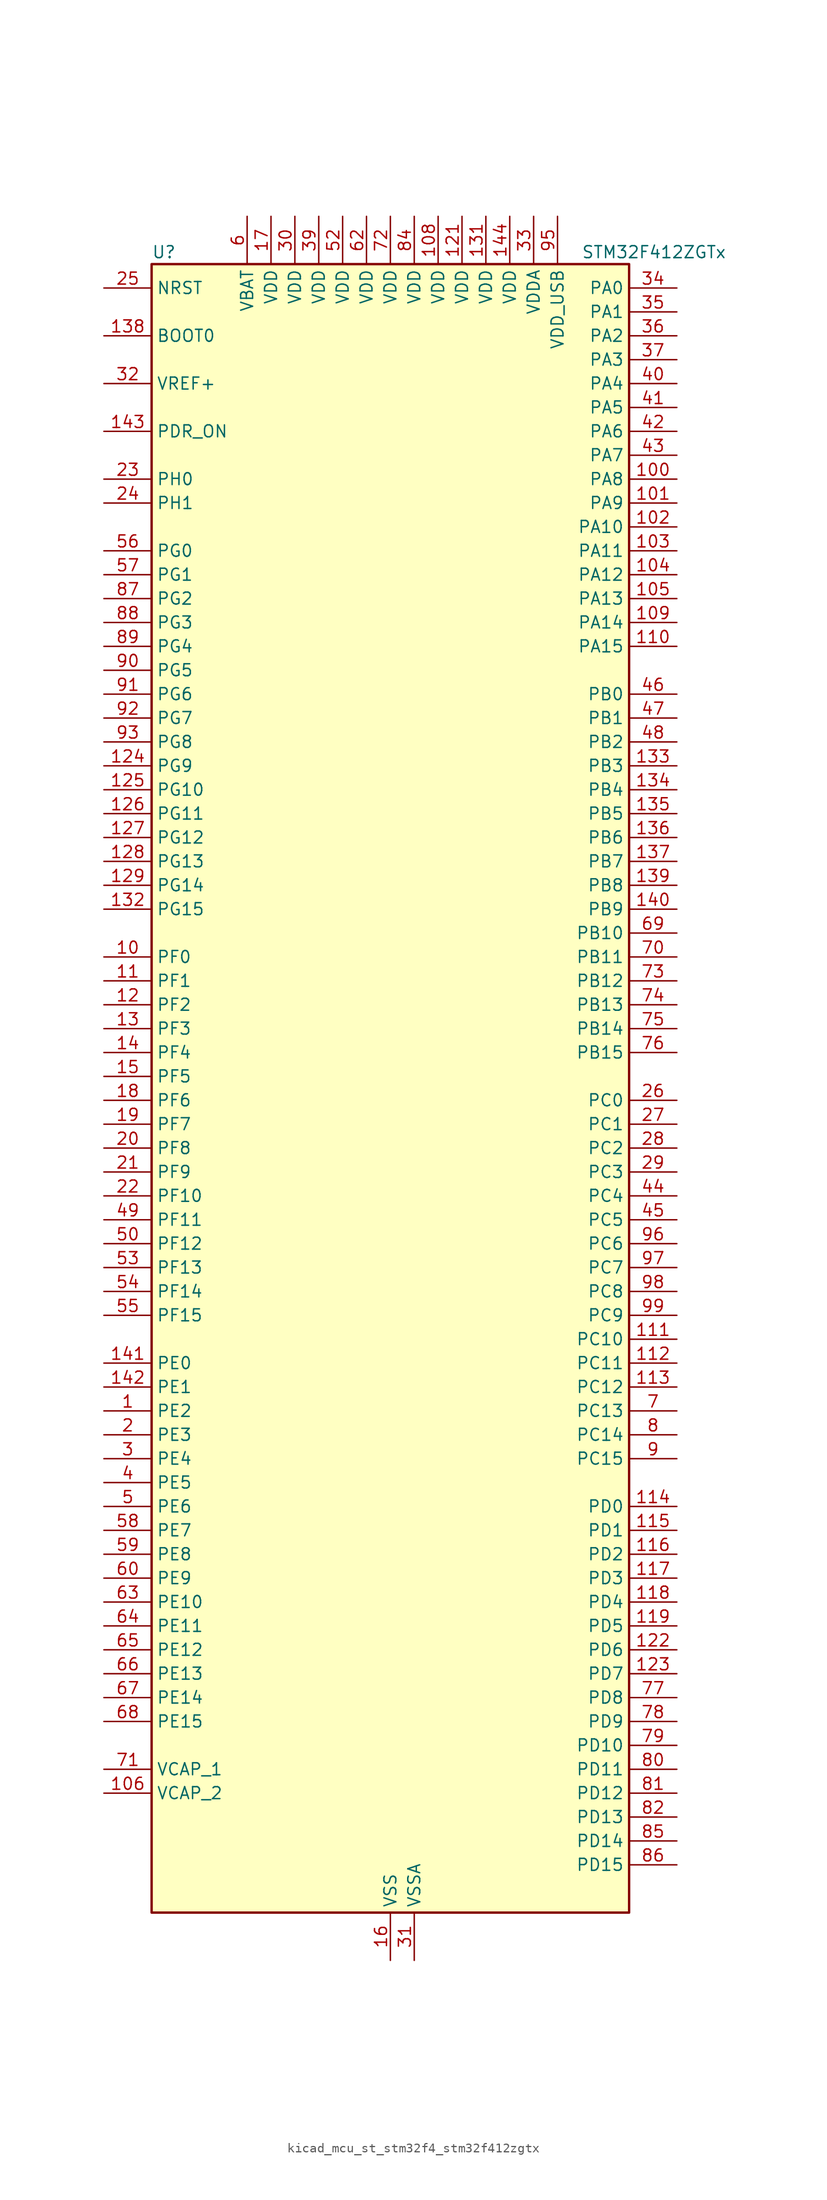
<source format=kicad_sym>
(kicad_symbol_lib
  (version 20220914)
  (generator kicad_symbol_editor)
  (symbol "kicad_mcu_st_stm32f4_stm32f412zgtx"
    (property "Reference" "U"
      (at -25.4 90.17 0)
      (effects (font (size 1.27 1.27)) (justify left)))
    (property "Value" "STM32F412ZGTx"
      (at 20.32 90.17 0)
      (effects (font (size 1.27 1.27)) (justify left)))
    (property "ki_locked" ""
      (at 0 0 0)
      (effects (font (size 1.27 1.27))))
    (symbol "kicad_mcu_st_stm32f4_stm32f412zgtx_0_1"
      (rectangle (start -25.4 -86.36) (end 25.4 88.9) (stroke (width 0.254) (type default)) (fill (type background))))
    (symbol "kicad_mcu_st_stm32f4_stm32f412zgtx_1_1"
      (pin bidirectional line (at -30.48 -33.02 0) (length 5.08) (name "PE2" (effects (font (size 1.27 1.27)))) (number "1" (effects (font (size 1.27 1.27)))) (alternate "FSMC_A23" bidirectional line) (alternate "I2S4_CK" bidirectional line) (alternate "I2S5_CK" bidirectional line) (alternate "QUADSPI_BK1_IO2" bidirectional line) (alternate "SPI4_SCK" bidirectional line) (alternate "SPI5_SCK" bidirectional line) (alternate "SYS_TRACECLK" bidirectional line))
      (pin bidirectional line (at -30.48 15.24 0) (length 5.08) (name "PF0" (effects (font (size 1.27 1.27)))) (number "10" (effects (font (size 1.27 1.27)))) (alternate "FSMC_A0" bidirectional line) (alternate "I2C2_SDA" bidirectional line))
      (pin bidirectional line (at 30.48 66.04 180) (length 5.08) (name "PA8" (effects (font (size 1.27 1.27)))) (number "100" (effects (font (size 1.27 1.27)))) (alternate "I2C3_SCL" bidirectional line) (alternate "RCC_MCO_1" bidirectional line) (alternate "SDIO_D1" bidirectional line) (alternate "TIM1_CH1" bidirectional line) (alternate "USART1_CK" bidirectional line) (alternate "USB_OTG_FS_SOF" bidirectional line))
      (pin bidirectional line (at 30.48 63.5 180) (length 5.08) (name "PA9" (effects (font (size 1.27 1.27)))) (number "101" (effects (font (size 1.27 1.27)))) (alternate "I2C3_SMBA" bidirectional line) (alternate "SDIO_D2" bidirectional line) (alternate "TIM1_CH2" bidirectional line) (alternate "USART1_TX" bidirectional line) (alternate "USB_OTG_FS_VBUS" bidirectional line))
      (pin bidirectional line (at 30.48 60.96 180) (length 5.08) (name "PA10" (effects (font (size 1.27 1.27)))) (number "102" (effects (font (size 1.27 1.27)))) (alternate "I2S5_SD" bidirectional line) (alternate "SPI5_MOSI" bidirectional line) (alternate "TIM1_CH3" bidirectional line) (alternate "USART1_RX" bidirectional line) (alternate "USB_OTG_FS_ID" bidirectional line))
      (pin bidirectional line (at 30.48 58.42 180) (length 5.08) (name "PA11" (effects (font (size 1.27 1.27)))) (number "103" (effects (font (size 1.27 1.27)))) (alternate "ADC1_EXTI11" bidirectional line) (alternate "CAN1_RX" bidirectional line) (alternate "SPI4_MISO" bidirectional line) (alternate "TIM1_CH4" bidirectional line) (alternate "USART1_CTS" bidirectional line) (alternate "USART6_TX" bidirectional line) (alternate "USB_OTG_FS_DM" bidirectional line))
      (pin bidirectional line (at 30.48 55.88 180) (length 5.08) (name "PA12" (effects (font (size 1.27 1.27)))) (number "104" (effects (font (size 1.27 1.27)))) (alternate "CAN1_TX" bidirectional line) (alternate "SPI5_MISO" bidirectional line) (alternate "TIM1_ETR" bidirectional line) (alternate "USART1_RTS" bidirectional line) (alternate "USART6_RX" bidirectional line) (alternate "USB_OTG_FS_DP" bidirectional line))
      (pin bidirectional line (at 30.48 53.34 180) (length 5.08) (name "PA13" (effects (font (size 1.27 1.27)))) (number "105" (effects (font (size 1.27 1.27)))) (alternate "SYS_JTMS-SWDIO" bidirectional line))
      (pin power_out line (at -30.48 -73.66 0) (length 5.08) (name "VCAP_2" (effects (font (size 1.27 1.27)))) (number "106" (effects (font (size 1.27 1.27)))))
      (pin passive line (at 0 -91.44 90) (length 5.08) hide (name "VSS" (effects (font (size 1.27 1.27)))) (number "107" (effects (font (size 1.27 1.27)))))
      (pin power_in line (at 5.08 93.98 270) (length 5.08) (name "VDD" (effects (font (size 1.27 1.27)))) (number "108" (effects (font (size 1.27 1.27)))))
      (pin bidirectional line (at 30.48 50.8 180) (length 5.08) (name "PA14" (effects (font (size 1.27 1.27)))) (number "109" (effects (font (size 1.27 1.27)))) (alternate "SYS_JTCK-SWCLK" bidirectional line))
      (pin bidirectional line (at -30.48 12.7 0) (length 5.08) (name "PF1" (effects (font (size 1.27 1.27)))) (number "11" (effects (font (size 1.27 1.27)))) (alternate "FSMC_A1" bidirectional line) (alternate "I2C2_SCL" bidirectional line))
      (pin bidirectional line (at 30.48 48.26 180) (length 5.08) (name "PA15" (effects (font (size 1.27 1.27)))) (number "110" (effects (font (size 1.27 1.27)))) (alternate "ADC1_EXTI15" bidirectional line) (alternate "I2S1_WS" bidirectional line) (alternate "I2S3_WS" bidirectional line) (alternate "SPI1_NSS" bidirectional line) (alternate "SPI3_NSS" bidirectional line) (alternate "SYS_JTDI" bidirectional line) (alternate "TIM2_CH1" bidirectional line) (alternate "TIM2_ETR" bidirectional line) (alternate "USART1_TX" bidirectional line))
      (pin bidirectional line (at 30.48 -25.4 180) (length 5.08) (name "PC10" (effects (font (size 1.27 1.27)))) (number "111" (effects (font (size 1.27 1.27)))) (alternate "I2S3_CK" bidirectional line) (alternate "QUADSPI_BK1_IO1" bidirectional line) (alternate "SDIO_D2" bidirectional line) (alternate "SPI3_SCK" bidirectional line) (alternate "USART3_TX" bidirectional line))
      (pin bidirectional line (at 30.48 -27.94 180) (length 5.08) (name "PC11" (effects (font (size 1.27 1.27)))) (number "112" (effects (font (size 1.27 1.27)))) (alternate "ADC1_EXTI11" bidirectional line) (alternate "FSMC_D2" bidirectional line) (alternate "FSMC_DA2" bidirectional line) (alternate "I2S3_ext_SD" bidirectional line) (alternate "QUADSPI_BK2_NCS" bidirectional line) (alternate "SDIO_D3" bidirectional line) (alternate "SPI3_MISO" bidirectional line) (alternate "USART3_RX" bidirectional line))
      (pin bidirectional line (at 30.48 -30.48 180) (length 5.08) (name "PC12" (effects (font (size 1.27 1.27)))) (number "113" (effects (font (size 1.27 1.27)))) (alternate "FSMC_D3" bidirectional line) (alternate "FSMC_DA3" bidirectional line) (alternate "I2S3_SD" bidirectional line) (alternate "SDIO_CK" bidirectional line) (alternate "SPI3_MOSI" bidirectional line) (alternate "USART3_CK" bidirectional line))
      (pin bidirectional line (at 30.48 -43.18 180) (length 5.08) (name "PD0" (effects (font (size 1.27 1.27)))) (number "114" (effects (font (size 1.27 1.27)))) (alternate "CAN1_RX" bidirectional line) (alternate "FSMC_D2" bidirectional line) (alternate "FSMC_DA2" bidirectional line))
      (pin bidirectional line (at 30.48 -45.72 180) (length 5.08) (name "PD1" (effects (font (size 1.27 1.27)))) (number "115" (effects (font (size 1.27 1.27)))) (alternate "CAN1_TX" bidirectional line) (alternate "FSMC_D3" bidirectional line) (alternate "FSMC_DA3" bidirectional line))
      (pin bidirectional line (at 30.48 -48.26 180) (length 5.08) (name "PD2" (effects (font (size 1.27 1.27)))) (number "116" (effects (font (size 1.27 1.27)))) (alternate "FSMC_NWE" bidirectional line) (alternate "SDIO_CMD" bidirectional line) (alternate "TIM3_ETR" bidirectional line))
      (pin bidirectional line (at 30.48 -50.8 180) (length 5.08) (name "PD3" (effects (font (size 1.27 1.27)))) (number "117" (effects (font (size 1.27 1.27)))) (alternate "DFSDM1_DATIN0" bidirectional line) (alternate "FSMC_CLK" bidirectional line) (alternate "I2S2_CK" bidirectional line) (alternate "QUADSPI_CLK" bidirectional line) (alternate "SPI2_SCK" bidirectional line) (alternate "SYS_TRACED1" bidirectional line) (alternate "USART2_CTS" bidirectional line))
      (pin bidirectional line (at 30.48 -53.34 180) (length 5.08) (name "PD4" (effects (font (size 1.27 1.27)))) (number "118" (effects (font (size 1.27 1.27)))) (alternate "DFSDM1_CKIN0" bidirectional line) (alternate "FSMC_NOE" bidirectional line) (alternate "USART2_RTS" bidirectional line))
      (pin bidirectional line (at 30.48 -55.88 180) (length 5.08) (name "PD5" (effects (font (size 1.27 1.27)))) (number "119" (effects (font (size 1.27 1.27)))) (alternate "FSMC_NWE" bidirectional line) (alternate "USART2_TX" bidirectional line))
      (pin bidirectional line (at -30.48 10.16 0) (length 5.08) (name "PF2" (effects (font (size 1.27 1.27)))) (number "12" (effects (font (size 1.27 1.27)))) (alternate "FSMC_A2" bidirectional line) (alternate "I2C2_SMBA" bidirectional line))
      (pin passive line (at 0 -91.44 90) (length 5.08) hide (name "VSS" (effects (font (size 1.27 1.27)))) (number "120" (effects (font (size 1.27 1.27)))))
      (pin power_in line (at 7.62 93.98 270) (length 5.08) (name "VDD" (effects (font (size 1.27 1.27)))) (number "121" (effects (font (size 1.27 1.27)))))
      (pin bidirectional line (at 30.48 -58.42 180) (length 5.08) (name "PD6" (effects (font (size 1.27 1.27)))) (number "122" (effects (font (size 1.27 1.27)))) (alternate "DFSDM1_DATIN1" bidirectional line) (alternate "FSMC_NWAIT" bidirectional line) (alternate "I2S3_SD" bidirectional line) (alternate "SPI3_MOSI" bidirectional line) (alternate "USART2_RX" bidirectional line))
      (pin bidirectional line (at 30.48 -60.96 180) (length 5.08) (name "PD7" (effects (font (size 1.27 1.27)))) (number "123" (effects (font (size 1.27 1.27)))) (alternate "DFSDM1_CKIN1" bidirectional line) (alternate "FSMC_NE1" bidirectional line) (alternate "USART2_CK" bidirectional line))
      (pin bidirectional line (at -30.48 35.56 0) (length 5.08) (name "PG9" (effects (font (size 1.27 1.27)))) (number "124" (effects (font (size 1.27 1.27)))) (alternate "FSMC_NE2" bidirectional line) (alternate "QUADSPI_BK2_IO2" bidirectional line) (alternate "USART6_RX" bidirectional line))
      (pin bidirectional line (at -30.48 33.02 0) (length 5.08) (name "PG10" (effects (font (size 1.27 1.27)))) (number "125" (effects (font (size 1.27 1.27)))) (alternate "FSMC_NE3" bidirectional line))
      (pin bidirectional line (at -30.48 30.48 0) (length 5.08) (name "PG11" (effects (font (size 1.27 1.27)))) (number "126" (effects (font (size 1.27 1.27)))) (alternate "ADC1_EXTI11" bidirectional line) (alternate "CAN2_RX" bidirectional line))
      (pin bidirectional line (at -30.48 27.94 0) (length 5.08) (name "PG12" (effects (font (size 1.27 1.27)))) (number "127" (effects (font (size 1.27 1.27)))) (alternate "CAN2_TX" bidirectional line) (alternate "FSMC_NE4" bidirectional line) (alternate "USART6_RTS" bidirectional line))
      (pin bidirectional line (at -30.48 25.4 0) (length 5.08) (name "PG13" (effects (font (size 1.27 1.27)))) (number "128" (effects (font (size 1.27 1.27)))) (alternate "FSMC_A24" bidirectional line) (alternate "SYS_TRACED2" bidirectional line) (alternate "USART6_CTS" bidirectional line))
      (pin bidirectional line (at -30.48 22.86 0) (length 5.08) (name "PG14" (effects (font (size 1.27 1.27)))) (number "129" (effects (font (size 1.27 1.27)))) (alternate "FSMC_A25" bidirectional line) (alternate "QUADSPI_BK2_IO3" bidirectional line) (alternate "SYS_TRACED3" bidirectional line) (alternate "USART6_TX" bidirectional line))
      (pin bidirectional line (at -30.48 7.62 0) (length 5.08) (name "PF3" (effects (font (size 1.27 1.27)))) (number "13" (effects (font (size 1.27 1.27)))) (alternate "FSMC_A3" bidirectional line) (alternate "TIM5_CH1" bidirectional line))
      (pin passive line (at 0 -91.44 90) (length 5.08) hide (name "VSS" (effects (font (size 1.27 1.27)))) (number "130" (effects (font (size 1.27 1.27)))))
      (pin power_in line (at 10.16 93.98 270) (length 5.08) (name "VDD" (effects (font (size 1.27 1.27)))) (number "131" (effects (font (size 1.27 1.27)))))
      (pin bidirectional line (at -30.48 20.32 0) (length 5.08) (name "PG15" (effects (font (size 1.27 1.27)))) (number "132" (effects (font (size 1.27 1.27)))) (alternate "ADC1_EXTI15" bidirectional line) (alternate "USART6_CTS" bidirectional line))
      (pin bidirectional line (at 30.48 35.56 180) (length 5.08) (name "PB3" (effects (font (size 1.27 1.27)))) (number "133" (effects (font (size 1.27 1.27)))) (alternate "FMPI2C1_SDA" bidirectional line) (alternate "I2C2_SDA" bidirectional line) (alternate "I2S1_CK" bidirectional line) (alternate "I2S3_CK" bidirectional line) (alternate "SPI1_SCK" bidirectional line) (alternate "SPI3_SCK" bidirectional line) (alternate "SYS_JTDO-SWO" bidirectional line) (alternate "TIM2_CH2" bidirectional line) (alternate "USART1_RX" bidirectional line))
      (pin bidirectional line (at 30.48 33.02 180) (length 5.08) (name "PB4" (effects (font (size 1.27 1.27)))) (number "134" (effects (font (size 1.27 1.27)))) (alternate "I2C3_SDA" bidirectional line) (alternate "I2S3_ext_SD" bidirectional line) (alternate "SDIO_D0" bidirectional line) (alternate "SPI1_MISO" bidirectional line) (alternate "SPI3_MISO" bidirectional line) (alternate "SYS_JTRST" bidirectional line) (alternate "TIM3_CH1" bidirectional line))
      (pin bidirectional line (at 30.48 30.48 180) (length 5.08) (name "PB5" (effects (font (size 1.27 1.27)))) (number "135" (effects (font (size 1.27 1.27)))) (alternate "CAN2_RX" bidirectional line) (alternate "I2C1_SMBA" bidirectional line) (alternate "I2S1_SD" bidirectional line) (alternate "I2S3_SD" bidirectional line) (alternate "SDIO_D3" bidirectional line) (alternate "SPI1_MOSI" bidirectional line) (alternate "SPI3_MOSI" bidirectional line) (alternate "TIM3_CH2" bidirectional line))
      (pin bidirectional line (at 30.48 27.94 180) (length 5.08) (name "PB6" (effects (font (size 1.27 1.27)))) (number "136" (effects (font (size 1.27 1.27)))) (alternate "CAN2_TX" bidirectional line) (alternate "I2C1_SCL" bidirectional line) (alternate "QUADSPI_BK1_NCS" bidirectional line) (alternate "SDIO_D0" bidirectional line) (alternate "TIM4_CH1" bidirectional line) (alternate "USART1_TX" bidirectional line))
      (pin bidirectional line (at 30.48 25.4 180) (length 5.08) (name "PB7" (effects (font (size 1.27 1.27)))) (number "137" (effects (font (size 1.27 1.27)))) (alternate "FSMC_NL" bidirectional line) (alternate "I2C1_SDA" bidirectional line) (alternate "TIM4_CH2" bidirectional line) (alternate "USART1_RX" bidirectional line))
      (pin input line (at -30.48 81.28 0) (length 5.08) (name "BOOT0" (effects (font (size 1.27 1.27)))) (number "138" (effects (font (size 1.27 1.27)))))
      (pin bidirectional line (at 30.48 22.86 180) (length 5.08) (name "PB8" (effects (font (size 1.27 1.27)))) (number "139" (effects (font (size 1.27 1.27)))) (alternate "CAN1_RX" bidirectional line) (alternate "I2C1_SCL" bidirectional line) (alternate "I2C3_SDA" bidirectional line) (alternate "I2S5_SD" bidirectional line) (alternate "SDIO_D4" bidirectional line) (alternate "SPI5_MOSI" bidirectional line) (alternate "TIM10_CH1" bidirectional line) (alternate "TIM4_CH3" bidirectional line))
      (pin bidirectional line (at -30.48 5.08 0) (length 5.08) (name "PF4" (effects (font (size 1.27 1.27)))) (number "14" (effects (font (size 1.27 1.27)))) (alternate "FSMC_A4" bidirectional line) (alternate "TIM5_CH2" bidirectional line))
      (pin bidirectional line (at 30.48 20.32 180) (length 5.08) (name "PB9" (effects (font (size 1.27 1.27)))) (number "140" (effects (font (size 1.27 1.27)))) (alternate "CAN1_TX" bidirectional line) (alternate "I2C1_SDA" bidirectional line) (alternate "I2C2_SDA" bidirectional line) (alternate "I2S2_WS" bidirectional line) (alternate "SDIO_D5" bidirectional line) (alternate "SPI2_NSS" bidirectional line) (alternate "TIM11_CH1" bidirectional line) (alternate "TIM4_CH4" bidirectional line))
      (pin bidirectional line (at -30.48 -27.94 0) (length 5.08) (name "PE0" (effects (font (size 1.27 1.27)))) (number "141" (effects (font (size 1.27 1.27)))) (alternate "FSMC_NBL0" bidirectional line) (alternate "TIM4_ETR" bidirectional line))
      (pin bidirectional line (at -30.48 -30.48 0) (length 5.08) (name "PE1" (effects (font (size 1.27 1.27)))) (number "142" (effects (font (size 1.27 1.27)))) (alternate "FSMC_NBL1" bidirectional line))
      (pin input line (at -30.48 71.12 0) (length 5.08) (name "PDR_ON" (effects (font (size 1.27 1.27)))) (number "143" (effects (font (size 1.27 1.27)))))
      (pin power_in line (at 12.7 93.98 270) (length 5.08) (name "VDD" (effects (font (size 1.27 1.27)))) (number "144" (effects (font (size 1.27 1.27)))))
      (pin bidirectional line (at -30.48 2.54 0) (length 5.08) (name "PF5" (effects (font (size 1.27 1.27)))) (number "15" (effects (font (size 1.27 1.27)))) (alternate "FSMC_A5" bidirectional line) (alternate "TIM5_CH3" bidirectional line))
      (pin power_in line (at 0 -91.44 90) (length 5.08) (name "VSS" (effects (font (size 1.27 1.27)))) (number "16" (effects (font (size 1.27 1.27)))))
      (pin power_in line (at -12.7 93.98 270) (length 5.08) (name "VDD" (effects (font (size 1.27 1.27)))) (number "17" (effects (font (size 1.27 1.27)))))
      (pin bidirectional line (at -30.48 0 0) (length 5.08) (name "PF6" (effects (font (size 1.27 1.27)))) (number "18" (effects (font (size 1.27 1.27)))) (alternate "QUADSPI_BK1_IO3" bidirectional line) (alternate "SYS_TRACED0" bidirectional line) (alternate "TIM10_CH1" bidirectional line))
      (pin bidirectional line (at -30.48 -2.54 0) (length 5.08) (name "PF7" (effects (font (size 1.27 1.27)))) (number "19" (effects (font (size 1.27 1.27)))) (alternate "QUADSPI_BK1_IO2" bidirectional line) (alternate "SYS_TRACED1" bidirectional line) (alternate "TIM11_CH1" bidirectional line))
      (pin bidirectional line (at -30.48 -35.56 0) (length 5.08) (name "PE3" (effects (font (size 1.27 1.27)))) (number "2" (effects (font (size 1.27 1.27)))) (alternate "FSMC_A19" bidirectional line) (alternate "SYS_TRACED0" bidirectional line))
      (pin bidirectional line (at -30.48 -5.08 0) (length 5.08) (name "PF8" (effects (font (size 1.27 1.27)))) (number "20" (effects (font (size 1.27 1.27)))) (alternate "QUADSPI_BK1_IO0" bidirectional line) (alternate "TIM13_CH1" bidirectional line))
      (pin bidirectional line (at -30.48 -7.62 0) (length 5.08) (name "PF9" (effects (font (size 1.27 1.27)))) (number "21" (effects (font (size 1.27 1.27)))) (alternate "QUADSPI_BK1_IO1" bidirectional line) (alternate "TIM14_CH1" bidirectional line))
      (pin bidirectional line (at -30.48 -10.16 0) (length 5.08) (name "PF10" (effects (font (size 1.27 1.27)))) (number "22" (effects (font (size 1.27 1.27)))) (alternate "TIM1_ETR" bidirectional line) (alternate "TIM5_CH4" bidirectional line))
      (pin bidirectional line (at -30.48 66.04 0) (length 5.08) (name "PH0" (effects (font (size 1.27 1.27)))) (number "23" (effects (font (size 1.27 1.27)))) (alternate "RCC_OSC_IN" bidirectional line))
      (pin bidirectional line (at -30.48 63.5 0) (length 5.08) (name "PH1" (effects (font (size 1.27 1.27)))) (number "24" (effects (font (size 1.27 1.27)))) (alternate "RCC_OSC_OUT" bidirectional line))
      (pin input line (at -30.48 86.36 0) (length 5.08) (name "NRST" (effects (font (size 1.27 1.27)))) (number "25" (effects (font (size 1.27 1.27)))))
      (pin bidirectional line (at 30.48 0 180) (length 5.08) (name "PC0" (effects (font (size 1.27 1.27)))) (number "26" (effects (font (size 1.27 1.27)))) (alternate "ADC1_IN10" bidirectional line) (alternate "SYS_WKUP2" bidirectional line))
      (pin bidirectional line (at 30.48 -2.54 180) (length 5.08) (name "PC1" (effects (font (size 1.27 1.27)))) (number "27" (effects (font (size 1.27 1.27)))) (alternate "ADC1_IN11" bidirectional line) (alternate "SYS_WKUP3" bidirectional line))
      (pin bidirectional line (at 30.48 -5.08 180) (length 5.08) (name "PC2" (effects (font (size 1.27 1.27)))) (number "28" (effects (font (size 1.27 1.27)))) (alternate "ADC1_IN12" bidirectional line) (alternate "DFSDM1_CKOUT" bidirectional line) (alternate "FSMC_NWE" bidirectional line) (alternate "I2S2_ext_SD" bidirectional line) (alternate "SPI2_MISO" bidirectional line))
      (pin bidirectional line (at 30.48 -7.62 180) (length 5.08) (name "PC3" (effects (font (size 1.27 1.27)))) (number "29" (effects (font (size 1.27 1.27)))) (alternate "ADC1_IN13" bidirectional line) (alternate "FSMC_A0" bidirectional line) (alternate "I2S2_SD" bidirectional line) (alternate "SPI2_MOSI" bidirectional line))
      (pin bidirectional line (at -30.48 -38.1 0) (length 5.08) (name "PE4" (effects (font (size 1.27 1.27)))) (number "3" (effects (font (size 1.27 1.27)))) (alternate "DFSDM1_DATIN3" bidirectional line) (alternate "FSMC_A20" bidirectional line) (alternate "I2S4_WS" bidirectional line) (alternate "I2S5_WS" bidirectional line) (alternate "SPI4_NSS" bidirectional line) (alternate "SPI5_NSS" bidirectional line) (alternate "SYS_TRACED1" bidirectional line))
      (pin power_in line (at -10.16 93.98 270) (length 5.08) (name "VDD" (effects (font (size 1.27 1.27)))) (number "30" (effects (font (size 1.27 1.27)))))
      (pin power_in line (at 2.54 -91.44 90) (length 5.08) (name "VSSA" (effects (font (size 1.27 1.27)))) (number "31" (effects (font (size 1.27 1.27)))))
      (pin input line (at -30.48 76.2 0) (length 5.08) (name "VREF+" (effects (font (size 1.27 1.27)))) (number "32" (effects (font (size 1.27 1.27)))))
      (pin power_in line (at 15.24 93.98 270) (length 5.08) (name "VDDA" (effects (font (size 1.27 1.27)))) (number "33" (effects (font (size 1.27 1.27)))))
      (pin bidirectional line (at 30.48 86.36 180) (length 5.08) (name "PA0" (effects (font (size 1.27 1.27)))) (number "34" (effects (font (size 1.27 1.27)))) (alternate "ADC1_IN0" bidirectional line) (alternate "SYS_WKUP1" bidirectional line) (alternate "TIM2_CH1" bidirectional line) (alternate "TIM2_ETR" bidirectional line) (alternate "TIM5_CH1" bidirectional line) (alternate "TIM8_ETR" bidirectional line) (alternate "USART2_CTS" bidirectional line))
      (pin bidirectional line (at 30.48 83.82 180) (length 5.08) (name "PA1" (effects (font (size 1.27 1.27)))) (number "35" (effects (font (size 1.27 1.27)))) (alternate "ADC1_IN1" bidirectional line) (alternate "I2S4_SD" bidirectional line) (alternate "QUADSPI_BK1_IO3" bidirectional line) (alternate "SPI4_MOSI" bidirectional line) (alternate "TIM2_CH2" bidirectional line) (alternate "TIM5_CH2" bidirectional line) (alternate "USART2_RTS" bidirectional line))
      (pin bidirectional line (at 30.48 81.28 180) (length 5.08) (name "PA2" (effects (font (size 1.27 1.27)))) (number "36" (effects (font (size 1.27 1.27)))) (alternate "ADC1_IN2" bidirectional line) (alternate "FSMC_D4" bidirectional line) (alternate "FSMC_DA4" bidirectional line) (alternate "I2S_CKIN" bidirectional line) (alternate "TIM2_CH3" bidirectional line) (alternate "TIM5_CH3" bidirectional line) (alternate "TIM9_CH1" bidirectional line) (alternate "USART2_TX" bidirectional line))
      (pin bidirectional line (at 30.48 78.74 180) (length 5.08) (name "PA3" (effects (font (size 1.27 1.27)))) (number "37" (effects (font (size 1.27 1.27)))) (alternate "ADC1_IN3" bidirectional line) (alternate "FSMC_D5" bidirectional line) (alternate "FSMC_DA5" bidirectional line) (alternate "I2S2_MCK" bidirectional line) (alternate "TIM2_CH4" bidirectional line) (alternate "TIM5_CH4" bidirectional line) (alternate "TIM9_CH2" bidirectional line) (alternate "USART2_RX" bidirectional line))
      (pin passive line (at 0 -91.44 90) (length 5.08) hide (name "VSS" (effects (font (size 1.27 1.27)))) (number "38" (effects (font (size 1.27 1.27)))))
      (pin power_in line (at -7.62 93.98 270) (length 5.08) (name "VDD" (effects (font (size 1.27 1.27)))) (number "39" (effects (font (size 1.27 1.27)))))
      (pin bidirectional line (at -30.48 -40.64 0) (length 5.08) (name "PE5" (effects (font (size 1.27 1.27)))) (number "4" (effects (font (size 1.27 1.27)))) (alternate "DFSDM1_CKIN3" bidirectional line) (alternate "FSMC_A21" bidirectional line) (alternate "SPI4_MISO" bidirectional line) (alternate "SPI5_MISO" bidirectional line) (alternate "SYS_TRACED2" bidirectional line) (alternate "TIM9_CH1" bidirectional line))
      (pin bidirectional line (at 30.48 76.2 180) (length 5.08) (name "PA4" (effects (font (size 1.27 1.27)))) (number "40" (effects (font (size 1.27 1.27)))) (alternate "ADC1_IN4" bidirectional line) (alternate "DFSDM1_DATIN1" bidirectional line) (alternate "FSMC_D6" bidirectional line) (alternate "FSMC_DA6" bidirectional line) (alternate "I2S1_WS" bidirectional line) (alternate "I2S3_WS" bidirectional line) (alternate "SPI1_NSS" bidirectional line) (alternate "SPI3_NSS" bidirectional line) (alternate "USART2_CK" bidirectional line))
      (pin bidirectional line (at 30.48 73.66 180) (length 5.08) (name "PA5" (effects (font (size 1.27 1.27)))) (number "41" (effects (font (size 1.27 1.27)))) (alternate "ADC1_IN5" bidirectional line) (alternate "DFSDM1_CKIN1" bidirectional line) (alternate "FSMC_D7" bidirectional line) (alternate "FSMC_DA7" bidirectional line) (alternate "I2S1_CK" bidirectional line) (alternate "SPI1_SCK" bidirectional line) (alternate "TIM2_CH1" bidirectional line) (alternate "TIM2_ETR" bidirectional line) (alternate "TIM8_CH1N" bidirectional line))
      (pin bidirectional line (at 30.48 71.12 180) (length 5.08) (name "PA6" (effects (font (size 1.27 1.27)))) (number "42" (effects (font (size 1.27 1.27)))) (alternate "ADC1_IN6" bidirectional line) (alternate "I2S2_MCK" bidirectional line) (alternate "QUADSPI_BK2_IO0" bidirectional line) (alternate "SDIO_CMD" bidirectional line) (alternate "SPI1_MISO" bidirectional line) (alternate "TIM13_CH1" bidirectional line) (alternate "TIM1_BKIN" bidirectional line) (alternate "TIM3_CH1" bidirectional line) (alternate "TIM8_BKIN" bidirectional line))
      (pin bidirectional line (at 30.48 68.58 180) (length 5.08) (name "PA7" (effects (font (size 1.27 1.27)))) (number "43" (effects (font (size 1.27 1.27)))) (alternate "ADC1_IN7" bidirectional line) (alternate "I2S1_SD" bidirectional line) (alternate "QUADSPI_BK2_IO1" bidirectional line) (alternate "SPI1_MOSI" bidirectional line) (alternate "TIM14_CH1" bidirectional line) (alternate "TIM1_CH1N" bidirectional line) (alternate "TIM3_CH2" bidirectional line) (alternate "TIM8_CH1N" bidirectional line))
      (pin bidirectional line (at 30.48 -10.16 180) (length 5.08) (name "PC4" (effects (font (size 1.27 1.27)))) (number "44" (effects (font (size 1.27 1.27)))) (alternate "ADC1_IN14" bidirectional line) (alternate "FSMC_NE4" bidirectional line) (alternate "I2S1_MCK" bidirectional line) (alternate "QUADSPI_BK2_IO2" bidirectional line))
      (pin bidirectional line (at 30.48 -12.7 180) (length 5.08) (name "PC5" (effects (font (size 1.27 1.27)))) (number "45" (effects (font (size 1.27 1.27)))) (alternate "ADC1_IN15" bidirectional line) (alternate "FMPI2C1_SMBA" bidirectional line) (alternate "FSMC_NOE" bidirectional line) (alternate "QUADSPI_BK2_IO3" bidirectional line) (alternate "USART3_RX" bidirectional line))
      (pin bidirectional line (at 30.48 43.18 180) (length 5.08) (name "PB0" (effects (font (size 1.27 1.27)))) (number "46" (effects (font (size 1.27 1.27)))) (alternate "ADC1_IN8" bidirectional line) (alternate "I2S5_CK" bidirectional line) (alternate "SPI5_SCK" bidirectional line) (alternate "TIM1_CH2N" bidirectional line) (alternate "TIM3_CH3" bidirectional line) (alternate "TIM8_CH2N" bidirectional line))
      (pin bidirectional line (at 30.48 40.64 180) (length 5.08) (name "PB1" (effects (font (size 1.27 1.27)))) (number "47" (effects (font (size 1.27 1.27)))) (alternate "ADC1_IN9" bidirectional line) (alternate "DFSDM1_DATIN0" bidirectional line) (alternate "I2S5_WS" bidirectional line) (alternate "QUADSPI_CLK" bidirectional line) (alternate "SPI5_NSS" bidirectional line) (alternate "TIM1_CH3N" bidirectional line) (alternate "TIM3_CH4" bidirectional line) (alternate "TIM8_CH3N" bidirectional line))
      (pin bidirectional line (at 30.48 38.1 180) (length 5.08) (name "PB2" (effects (font (size 1.27 1.27)))) (number "48" (effects (font (size 1.27 1.27)))) (alternate "DFSDM1_CKIN0" bidirectional line) (alternate "QUADSPI_CLK" bidirectional line))
      (pin bidirectional line (at -30.48 -12.7 0) (length 5.08) (name "PF11" (effects (font (size 1.27 1.27)))) (number "49" (effects (font (size 1.27 1.27)))) (alternate "ADC1_EXTI11" bidirectional line) (alternate "TIM8_ETR" bidirectional line))
      (pin bidirectional line (at -30.48 -43.18 0) (length 5.08) (name "PE6" (effects (font (size 1.27 1.27)))) (number "5" (effects (font (size 1.27 1.27)))) (alternate "FSMC_A22" bidirectional line) (alternate "I2S4_SD" bidirectional line) (alternate "I2S5_SD" bidirectional line) (alternate "SPI4_MOSI" bidirectional line) (alternate "SPI5_MOSI" bidirectional line) (alternate "SYS_TRACED3" bidirectional line) (alternate "TIM9_CH2" bidirectional line))
      (pin bidirectional line (at -30.48 -15.24 0) (length 5.08) (name "PF12" (effects (font (size 1.27 1.27)))) (number "50" (effects (font (size 1.27 1.27)))) (alternate "FSMC_A6" bidirectional line) (alternate "TIM8_BKIN" bidirectional line))
      (pin passive line (at 0 -91.44 90) (length 5.08) hide (name "VSS" (effects (font (size 1.27 1.27)))) (number "51" (effects (font (size 1.27 1.27)))))
      (pin power_in line (at -5.08 93.98 270) (length 5.08) (name "VDD" (effects (font (size 1.27 1.27)))) (number "52" (effects (font (size 1.27 1.27)))))
      (pin bidirectional line (at -30.48 -17.78 0) (length 5.08) (name "PF13" (effects (font (size 1.27 1.27)))) (number "53" (effects (font (size 1.27 1.27)))) (alternate "FMPI2C1_SMBA" bidirectional line) (alternate "FSMC_A7" bidirectional line))
      (pin bidirectional line (at -30.48 -20.32 0) (length 5.08) (name "PF14" (effects (font (size 1.27 1.27)))) (number "54" (effects (font (size 1.27 1.27)))) (alternate "FMPI2C1_SCL" bidirectional line) (alternate "FSMC_A8" bidirectional line))
      (pin bidirectional line (at -30.48 -22.86 0) (length 5.08) (name "PF15" (effects (font (size 1.27 1.27)))) (number "55" (effects (font (size 1.27 1.27)))) (alternate "ADC1_EXTI15" bidirectional line) (alternate "FMPI2C1_SDA" bidirectional line) (alternate "FSMC_A9" bidirectional line))
      (pin bidirectional line (at -30.48 58.42 0) (length 5.08) (name "PG0" (effects (font (size 1.27 1.27)))) (number "56" (effects (font (size 1.27 1.27)))) (alternate "CAN1_RX" bidirectional line) (alternate "FSMC_A10" bidirectional line))
      (pin bidirectional line (at -30.48 55.88 0) (length 5.08) (name "PG1" (effects (font (size 1.27 1.27)))) (number "57" (effects (font (size 1.27 1.27)))) (alternate "CAN1_TX" bidirectional line) (alternate "FSMC_A11" bidirectional line))
      (pin bidirectional line (at -30.48 -45.72 0) (length 5.08) (name "PE7" (effects (font (size 1.27 1.27)))) (number "58" (effects (font (size 1.27 1.27)))) (alternate "DFSDM1_DATIN2" bidirectional line) (alternate "FSMC_D4" bidirectional line) (alternate "FSMC_DA4" bidirectional line) (alternate "QUADSPI_BK2_IO0" bidirectional line) (alternate "TIM1_ETR" bidirectional line))
      (pin bidirectional line (at -30.48 -48.26 0) (length 5.08) (name "PE8" (effects (font (size 1.27 1.27)))) (number "59" (effects (font (size 1.27 1.27)))) (alternate "DFSDM1_CKIN2" bidirectional line) (alternate "FSMC_D5" bidirectional line) (alternate "FSMC_DA5" bidirectional line) (alternate "QUADSPI_BK2_IO1" bidirectional line) (alternate "TIM1_CH1N" bidirectional line))
      (pin power_in line (at -15.24 93.98 270) (length 5.08) (name "VBAT" (effects (font (size 1.27 1.27)))) (number "6" (effects (font (size 1.27 1.27)))))
      (pin bidirectional line (at -30.48 -50.8 0) (length 5.08) (name "PE9" (effects (font (size 1.27 1.27)))) (number "60" (effects (font (size 1.27 1.27)))) (alternate "DFSDM1_CKOUT" bidirectional line) (alternate "FSMC_D6" bidirectional line) (alternate "FSMC_DA6" bidirectional line) (alternate "QUADSPI_BK2_IO2" bidirectional line) (alternate "TIM1_CH1" bidirectional line))
      (pin passive line (at 0 -91.44 90) (length 5.08) hide (name "VSS" (effects (font (size 1.27 1.27)))) (number "61" (effects (font (size 1.27 1.27)))))
      (pin power_in line (at -2.54 93.98 270) (length 5.08) (name "VDD" (effects (font (size 1.27 1.27)))) (number "62" (effects (font (size 1.27 1.27)))))
      (pin bidirectional line (at -30.48 -53.34 0) (length 5.08) (name "PE10" (effects (font (size 1.27 1.27)))) (number "63" (effects (font (size 1.27 1.27)))) (alternate "FSMC_D7" bidirectional line) (alternate "FSMC_DA7" bidirectional line) (alternate "QUADSPI_BK2_IO3" bidirectional line) (alternate "TIM1_CH2N" bidirectional line))
      (pin bidirectional line (at -30.48 -55.88 0) (length 5.08) (name "PE11" (effects (font (size 1.27 1.27)))) (number "64" (effects (font (size 1.27 1.27)))) (alternate "ADC1_EXTI11" bidirectional line) (alternate "FSMC_D8" bidirectional line) (alternate "FSMC_DA8" bidirectional line) (alternate "I2S4_WS" bidirectional line) (alternate "I2S5_WS" bidirectional line) (alternate "SPI4_NSS" bidirectional line) (alternate "SPI5_NSS" bidirectional line) (alternate "TIM1_CH2" bidirectional line))
      (pin bidirectional line (at -30.48 -58.42 0) (length 5.08) (name "PE12" (effects (font (size 1.27 1.27)))) (number "65" (effects (font (size 1.27 1.27)))) (alternate "FSMC_D9" bidirectional line) (alternate "FSMC_DA9" bidirectional line) (alternate "I2S4_CK" bidirectional line) (alternate "I2S5_CK" bidirectional line) (alternate "SPI4_SCK" bidirectional line) (alternate "SPI5_SCK" bidirectional line) (alternate "TIM1_CH3N" bidirectional line))
      (pin bidirectional line (at -30.48 -60.96 0) (length 5.08) (name "PE13" (effects (font (size 1.27 1.27)))) (number "66" (effects (font (size 1.27 1.27)))) (alternate "FSMC_D10" bidirectional line) (alternate "FSMC_DA10" bidirectional line) (alternate "SPI4_MISO" bidirectional line) (alternate "SPI5_MISO" bidirectional line) (alternate "TIM1_CH3" bidirectional line))
      (pin bidirectional line (at -30.48 -63.5 0) (length 5.08) (name "PE14" (effects (font (size 1.27 1.27)))) (number "67" (effects (font (size 1.27 1.27)))) (alternate "FSMC_D11" bidirectional line) (alternate "FSMC_DA11" bidirectional line) (alternate "I2S4_SD" bidirectional line) (alternate "I2S5_SD" bidirectional line) (alternate "SPI4_MOSI" bidirectional line) (alternate "SPI5_MOSI" bidirectional line) (alternate "TIM1_CH4" bidirectional line))
      (pin bidirectional line (at -30.48 -66.04 0) (length 5.08) (name "PE15" (effects (font (size 1.27 1.27)))) (number "68" (effects (font (size 1.27 1.27)))) (alternate "ADC1_EXTI15" bidirectional line) (alternate "FSMC_D12" bidirectional line) (alternate "FSMC_DA12" bidirectional line) (alternate "TIM1_BKIN" bidirectional line))
      (pin bidirectional line (at 30.48 17.78 180) (length 5.08) (name "PB10" (effects (font (size 1.27 1.27)))) (number "69" (effects (font (size 1.27 1.27)))) (alternate "FMPI2C1_SCL" bidirectional line) (alternate "I2C2_SCL" bidirectional line) (alternate "I2S2_CK" bidirectional line) (alternate "I2S3_MCK" bidirectional line) (alternate "SDIO_D7" bidirectional line) (alternate "SPI2_SCK" bidirectional line) (alternate "TIM2_CH3" bidirectional line) (alternate "USART3_TX" bidirectional line))
      (pin bidirectional line (at 30.48 -33.02 180) (length 5.08) (name "PC13" (effects (font (size 1.27 1.27)))) (number "7" (effects (font (size 1.27 1.27)))) (alternate "RTC_AF1" bidirectional line))
      (pin bidirectional line (at 30.48 15.24 180) (length 5.08) (name "PB11" (effects (font (size 1.27 1.27)))) (number "70" (effects (font (size 1.27 1.27)))) (alternate "ADC1_EXTI11" bidirectional line) (alternate "I2C2_SDA" bidirectional line) (alternate "I2S_CKIN" bidirectional line) (alternate "TIM2_CH4" bidirectional line) (alternate "USART3_RX" bidirectional line))
      (pin power_out line (at -30.48 -71.12 0) (length 5.08) (name "VCAP_1" (effects (font (size 1.27 1.27)))) (number "71" (effects (font (size 1.27 1.27)))))
      (pin power_in line (at 0 93.98 270) (length 5.08) (name "VDD" (effects (font (size 1.27 1.27)))) (number "72" (effects (font (size 1.27 1.27)))))
      (pin bidirectional line (at 30.48 12.7 180) (length 5.08) (name "PB12" (effects (font (size 1.27 1.27)))) (number "73" (effects (font (size 1.27 1.27)))) (alternate "CAN2_RX" bidirectional line) (alternate "DFSDM1_DATIN1" bidirectional line) (alternate "FSMC_D13" bidirectional line) (alternate "FSMC_DA13" bidirectional line) (alternate "I2C2_SMBA" bidirectional line) (alternate "I2S2_WS" bidirectional line) (alternate "I2S3_CK" bidirectional line) (alternate "I2S4_WS" bidirectional line) (alternate "SPI2_NSS" bidirectional line) (alternate "SPI3_SCK" bidirectional line) (alternate "SPI4_NSS" bidirectional line) (alternate "TIM1_BKIN" bidirectional line) (alternate "USART3_CK" bidirectional line))
      (pin bidirectional line (at 30.48 10.16 180) (length 5.08) (name "PB13" (effects (font (size 1.27 1.27)))) (number "74" (effects (font (size 1.27 1.27)))) (alternate "CAN2_TX" bidirectional line) (alternate "DFSDM1_CKIN1" bidirectional line) (alternate "FMPI2C1_SMBA" bidirectional line) (alternate "I2S2_CK" bidirectional line) (alternate "I2S4_CK" bidirectional line) (alternate "SPI2_SCK" bidirectional line) (alternate "SPI4_SCK" bidirectional line) (alternate "TIM1_CH1N" bidirectional line) (alternate "USART3_CTS" bidirectional line))
      (pin bidirectional line (at 30.48 7.62 180) (length 5.08) (name "PB14" (effects (font (size 1.27 1.27)))) (number "75" (effects (font (size 1.27 1.27)))) (alternate "DFSDM1_DATIN2" bidirectional line) (alternate "FMPI2C1_SDA" bidirectional line) (alternate "FSMC_D0" bidirectional line) (alternate "FSMC_DA0" bidirectional line) (alternate "I2S2_ext_SD" bidirectional line) (alternate "SDIO_D6" bidirectional line) (alternate "SPI2_MISO" bidirectional line) (alternate "TIM12_CH1" bidirectional line) (alternate "TIM1_CH2N" bidirectional line) (alternate "TIM8_CH2N" bidirectional line) (alternate "USART3_RTS" bidirectional line))
      (pin bidirectional line (at 30.48 5.08 180) (length 5.08) (name "PB15" (effects (font (size 1.27 1.27)))) (number "76" (effects (font (size 1.27 1.27)))) (alternate "ADC1_EXTI15" bidirectional line) (alternate "DFSDM1_CKIN2" bidirectional line) (alternate "FMPI2C1_SCL" bidirectional line) (alternate "I2S2_SD" bidirectional line) (alternate "RTC_REFIN" bidirectional line) (alternate "SDIO_CK" bidirectional line) (alternate "SPI2_MOSI" bidirectional line) (alternate "TIM12_CH2" bidirectional line) (alternate "TIM1_CH3N" bidirectional line) (alternate "TIM8_CH3N" bidirectional line))
      (pin bidirectional line (at 30.48 -63.5 180) (length 5.08) (name "PD8" (effects (font (size 1.27 1.27)))) (number "77" (effects (font (size 1.27 1.27)))) (alternate "FSMC_D13" bidirectional line) (alternate "FSMC_DA13" bidirectional line) (alternate "USART3_TX" bidirectional line))
      (pin bidirectional line (at 30.48 -66.04 180) (length 5.08) (name "PD9" (effects (font (size 1.27 1.27)))) (number "78" (effects (font (size 1.27 1.27)))) (alternate "FSMC_D14" bidirectional line) (alternate "FSMC_DA14" bidirectional line) (alternate "USART3_RX" bidirectional line))
      (pin bidirectional line (at 30.48 -68.58 180) (length 5.08) (name "PD10" (effects (font (size 1.27 1.27)))) (number "79" (effects (font (size 1.27 1.27)))) (alternate "FSMC_D15" bidirectional line) (alternate "FSMC_DA15" bidirectional line) (alternate "USART3_CK" bidirectional line))
      (pin bidirectional line (at 30.48 -35.56 180) (length 5.08) (name "PC14" (effects (font (size 1.27 1.27)))) (number "8" (effects (font (size 1.27 1.27)))) (alternate "RCC_OSC32_IN" bidirectional line))
      (pin bidirectional line (at 30.48 -71.12 180) (length 5.08) (name "PD11" (effects (font (size 1.27 1.27)))) (number "80" (effects (font (size 1.27 1.27)))) (alternate "ADC1_EXTI11" bidirectional line) (alternate "FMPI2C1_SMBA" bidirectional line) (alternate "FSMC_A16" bidirectional line) (alternate "QUADSPI_BK1_IO0" bidirectional line) (alternate "USART3_CTS" bidirectional line))
      (pin bidirectional line (at 30.48 -73.66 180) (length 5.08) (name "PD12" (effects (font (size 1.27 1.27)))) (number "81" (effects (font (size 1.27 1.27)))) (alternate "FMPI2C1_SCL" bidirectional line) (alternate "FSMC_A17" bidirectional line) (alternate "QUADSPI_BK1_IO1" bidirectional line) (alternate "TIM4_CH1" bidirectional line) (alternate "USART3_RTS" bidirectional line))
      (pin bidirectional line (at 30.48 -76.2 180) (length 5.08) (name "PD13" (effects (font (size 1.27 1.27)))) (number "82" (effects (font (size 1.27 1.27)))) (alternate "FMPI2C1_SDA" bidirectional line) (alternate "FSMC_A18" bidirectional line) (alternate "QUADSPI_BK1_IO3" bidirectional line) (alternate "TIM4_CH2" bidirectional line))
      (pin passive line (at 0 -91.44 90) (length 5.08) hide (name "VSS" (effects (font (size 1.27 1.27)))) (number "83" (effects (font (size 1.27 1.27)))))
      (pin power_in line (at 2.54 93.98 270) (length 5.08) (name "VDD" (effects (font (size 1.27 1.27)))) (number "84" (effects (font (size 1.27 1.27)))))
      (pin bidirectional line (at 30.48 -78.74 180) (length 5.08) (name "PD14" (effects (font (size 1.27 1.27)))) (number "85" (effects (font (size 1.27 1.27)))) (alternate "FMPI2C1_SCL" bidirectional line) (alternate "FSMC_D0" bidirectional line) (alternate "FSMC_DA0" bidirectional line) (alternate "TIM4_CH3" bidirectional line))
      (pin bidirectional line (at 30.48 -81.28 180) (length 5.08) (name "PD15" (effects (font (size 1.27 1.27)))) (number "86" (effects (font (size 1.27 1.27)))) (alternate "ADC1_EXTI15" bidirectional line) (alternate "FMPI2C1_SDA" bidirectional line) (alternate "FSMC_D1" bidirectional line) (alternate "FSMC_DA1" bidirectional line) (alternate "TIM4_CH4" bidirectional line))
      (pin bidirectional line (at -30.48 53.34 0) (length 5.08) (name "PG2" (effects (font (size 1.27 1.27)))) (number "87" (effects (font (size 1.27 1.27)))) (alternate "FSMC_A12" bidirectional line))
      (pin bidirectional line (at -30.48 50.8 0) (length 5.08) (name "PG3" (effects (font (size 1.27 1.27)))) (number "88" (effects (font (size 1.27 1.27)))) (alternate "FSMC_A13" bidirectional line))
      (pin bidirectional line (at -30.48 48.26 0) (length 5.08) (name "PG4" (effects (font (size 1.27 1.27)))) (number "89" (effects (font (size 1.27 1.27)))) (alternate "FSMC_A14" bidirectional line))
      (pin bidirectional line (at 30.48 -38.1 180) (length 5.08) (name "PC15" (effects (font (size 1.27 1.27)))) (number "9" (effects (font (size 1.27 1.27)))) (alternate "ADC1_EXTI15" bidirectional line) (alternate "RCC_OSC32_OUT" bidirectional line))
      (pin bidirectional line (at -30.48 45.72 0) (length 5.08) (name "PG5" (effects (font (size 1.27 1.27)))) (number "90" (effects (font (size 1.27 1.27)))) (alternate "FSMC_A15" bidirectional line))
      (pin bidirectional line (at -30.48 43.18 0) (length 5.08) (name "PG6" (effects (font (size 1.27 1.27)))) (number "91" (effects (font (size 1.27 1.27)))) (alternate "QUADSPI_BK1_NCS" bidirectional line))
      (pin bidirectional line (at -30.48 40.64 0) (length 5.08) (name "PG7" (effects (font (size 1.27 1.27)))) (number "92" (effects (font (size 1.27 1.27)))) (alternate "USART6_CK" bidirectional line))
      (pin bidirectional line (at -30.48 38.1 0) (length 5.08) (name "PG8" (effects (font (size 1.27 1.27)))) (number "93" (effects (font (size 1.27 1.27)))) (alternate "USART6_RTS" bidirectional line))
      (pin passive line (at 0 -91.44 90) (length 5.08) hide (name "VSS" (effects (font (size 1.27 1.27)))) (number "94" (effects (font (size 1.27 1.27)))))
      (pin power_in line (at 17.78 93.98 270) (length 5.08) (name "VDD_USB" (effects (font (size 1.27 1.27)))) (number "95" (effects (font (size 1.27 1.27)))))
      (pin bidirectional line (at 30.48 -15.24 180) (length 5.08) (name "PC6" (effects (font (size 1.27 1.27)))) (number "96" (effects (font (size 1.27 1.27)))) (alternate "DFSDM1_CKIN3" bidirectional line) (alternate "FMPI2C1_SCL" bidirectional line) (alternate "FSMC_D1" bidirectional line) (alternate "FSMC_DA1" bidirectional line) (alternate "I2S2_MCK" bidirectional line) (alternate "SDIO_D6" bidirectional line) (alternate "TIM3_CH1" bidirectional line) (alternate "TIM8_CH1" bidirectional line) (alternate "USART6_TX" bidirectional line))
      (pin bidirectional line (at 30.48 -17.78 180) (length 5.08) (name "PC7" (effects (font (size 1.27 1.27)))) (number "97" (effects (font (size 1.27 1.27)))) (alternate "DFSDM1_DATIN3" bidirectional line) (alternate "FMPI2C1_SDA" bidirectional line) (alternate "I2S2_CK" bidirectional line) (alternate "I2S3_MCK" bidirectional line) (alternate "SDIO_D7" bidirectional line) (alternate "SPI2_SCK" bidirectional line) (alternate "TIM3_CH2" bidirectional line) (alternate "TIM8_CH2" bidirectional line) (alternate "USART6_RX" bidirectional line))
      (pin bidirectional line (at 30.48 -20.32 180) (length 5.08) (name "PC8" (effects (font (size 1.27 1.27)))) (number "98" (effects (font (size 1.27 1.27)))) (alternate "QUADSPI_BK1_IO2" bidirectional line) (alternate "SDIO_D0" bidirectional line) (alternate "TIM3_CH3" bidirectional line) (alternate "TIM8_CH3" bidirectional line) (alternate "USART6_CK" bidirectional line))
      (pin bidirectional line (at 30.48 -22.86 180) (length 5.08) (name "PC9" (effects (font (size 1.27 1.27)))) (number "99" (effects (font (size 1.27 1.27)))) (alternate "I2C3_SDA" bidirectional line) (alternate "I2S_CKIN" bidirectional line) (alternate "QUADSPI_BK1_IO0" bidirectional line) (alternate "RCC_MCO_2" bidirectional line) (alternate "SDIO_D1" bidirectional line) (alternate "TIM3_CH4" bidirectional line) (alternate "TIM8_CH4" bidirectional line)))))
</source>
